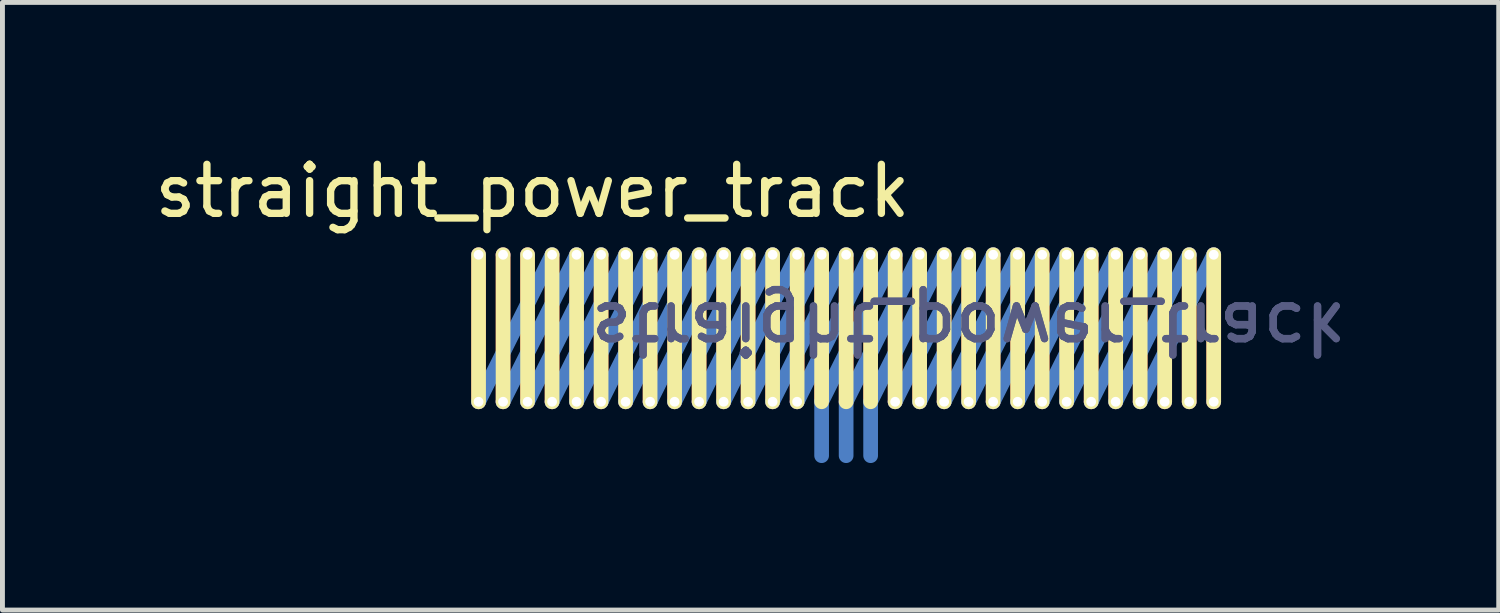
<source format=kicad_pcb>
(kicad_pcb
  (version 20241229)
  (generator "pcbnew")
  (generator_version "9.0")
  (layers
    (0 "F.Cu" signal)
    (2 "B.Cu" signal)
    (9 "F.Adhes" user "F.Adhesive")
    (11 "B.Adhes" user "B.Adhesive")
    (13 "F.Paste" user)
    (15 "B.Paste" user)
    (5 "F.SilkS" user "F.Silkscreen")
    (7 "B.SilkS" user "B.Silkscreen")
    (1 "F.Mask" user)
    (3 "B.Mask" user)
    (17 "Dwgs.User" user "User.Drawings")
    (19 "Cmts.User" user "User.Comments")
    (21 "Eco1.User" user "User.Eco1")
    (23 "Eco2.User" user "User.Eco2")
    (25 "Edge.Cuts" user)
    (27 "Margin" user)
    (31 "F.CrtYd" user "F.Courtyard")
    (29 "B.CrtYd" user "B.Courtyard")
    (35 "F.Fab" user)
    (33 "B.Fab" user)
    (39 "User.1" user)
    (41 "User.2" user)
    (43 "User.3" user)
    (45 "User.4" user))
  (footprint "straight_power_track"
    (layer "F.Cu")
    (at 14.215 3.648)
    (property "Reference" "straight_power_track" (at -6.4 -2.8 0) (unlocked yes) (layer "F.SilkS") (effects (font (size 1 1) (thickness 0.15))))
    (attr smd)
    (fp_line (start -7.5 1.5) (end -7.5 -1.5) (stroke (width 0.3) (type default)) (layer "F.Cu"))
    (fp_line (start -7 1.5) (end -7 -1.5) (stroke (width 0.3) (type default)) (layer "F.Cu"))
    (fp_line (start -6.5 1.5) (end -6.5 -1.5) (stroke (width 0.3) (type default)) (layer "F.Cu"))
    (fp_line (start -6 1.5) (end -6 -1.5) (stroke (width 0.3) (type default)) (layer "F.Cu"))
    (fp_line (start -5.5 1.5) (end -5.5 -1.5) (stroke (width 0.3) (type default)) (layer "F.Cu"))
    (fp_line (start -5 1.5) (end -5 -1.5) (stroke (width 0.3) (type default)) (layer "F.Cu"))
    (fp_line (start -4.5 1.5) (end -4.5 -1.5) (stroke (width 0.3) (type default)) (layer "F.Cu"))
    (fp_line (start -4 1.5) (end -4 -1.5) (stroke (width 0.3) (type default)) (layer "F.Cu"))
    (fp_line (start -3.5 1.5) (end -3.5 -1.5) (stroke (width 0.3) (type default)) (layer "F.Cu"))
    (fp_line (start -3 1.5) (end -3 -1.5) (stroke (width 0.3) (type default)) (layer "F.Cu"))
    (fp_line (start -2.5 1.5) (end -2.5 -1.5) (stroke (width 0.3) (type default)) (layer "F.Cu"))
    (fp_line (start -2 1.5) (end -2 -1.5) (stroke (width 0.3) (type default)) (layer "F.Cu"))
    (fp_line (start -1.5 1.5) (end -1.5 -1.5) (stroke (width 0.3) (type default)) (layer "F.Cu"))
    (fp_line (start -1 1.5) (end -1 -1.5) (stroke (width 0.3) (type default)) (layer "F.Cu"))
    (fp_line (start -0.5 1.52) (end -0.5 -1.5) (stroke (width 0.3) (type default)) (layer "F.Cu"))
    (fp_line (start 0 1.52) (end 0 -1.5) (stroke (width 0.3) (type default)) (layer "F.Cu"))
    (fp_line (start 0.5 1.52) (end 0.5 -1.5) (stroke (width 0.3) (type default)) (layer "F.Cu"))
    (fp_line (start 1 1.5) (end 1 -1.5) (stroke (width 0.3) (type default)) (layer "F.Cu"))
    (fp_line (start 1.5 1.5) (end 1.5 -1.5) (stroke (width 0.3) (type default)) (layer "F.Cu"))
    (fp_line (start 2 1.5) (end 2 -1.5) (stroke (width 0.3) (type default)) (layer "F.Cu"))
    (fp_line (start 2.5 1.5) (end 2.5 -1.5) (stroke (width 0.3) (type default)) (layer "F.Cu"))
    (fp_line (start 3 1.5) (end 3 -1.5) (stroke (width 0.3) (type default)) (layer "F.Cu"))
    (fp_line (start 3.5 1.5) (end 3.5 -1.5) (stroke (width 0.3) (type default)) (layer "F.Cu"))
    (fp_line (start 4 1.5) (end 4 -1.5) (stroke (width 0.3) (type default)) (layer "F.Cu"))
    (fp_line (start 4.5 1.5) (end 4.5 -1.5) (stroke (width 0.3) (type default)) (layer "F.Cu"))
    (fp_line (start 5 1.5) (end 5 -1.5) (stroke (width 0.3) (type default)) (layer "F.Cu"))
    (fp_line (start 5.5 1.5) (end 5.5 -1.5) (stroke (width 0.3) (type default)) (layer "F.Cu"))
    (fp_line (start 6 1.5) (end 6 -1.5) (stroke (width 0.3) (type default)) (layer "F.Cu"))
    (fp_line (start 6.5 1.5) (end 6.5 -1.5) (stroke (width 0.3) (type default)) (layer "F.Cu"))
    (fp_line (start 7 1.5) (end 7 -1.5) (stroke (width 0.3) (type default)) (layer "F.Cu"))
    (fp_line (start 7.5 1.5) (end 7.5 -1.5) (stroke (width 0.3) (type default)) (layer "F.Cu"))
    (fp_line (start -6 -1.5) (end -7.5 1.5) (stroke (width 0.3) (type default)) (layer "B.Cu"))
    (fp_line (start -5.5 -1.5) (end -7 1.5) (stroke (width 0.3) (type default)) (layer "B.Cu"))
    (fp_line (start -5 -1.5) (end -6.5 1.5) (stroke (width 0.3) (type default)) (layer "B.Cu"))
    (fp_line (start -4.5 -1.5) (end -6 1.5) (stroke (width 0.3) (type default)) (layer "B.Cu"))
    (fp_line (start -4 -1.5) (end -5.5 1.5) (stroke (width 0.3) (type default)) (layer "B.Cu"))
    (fp_line (start -3.5 -1.5) (end -5 1.5) (stroke (width 0.3) (type default)) (layer "B.Cu"))
    (fp_line (start -3 -1.5) (end -4.5 1.5) (stroke (width 0.3) (type default)) (layer "B.Cu"))
    (fp_line (start -2.5 -1.5) (end -4 1.5) (stroke (width 0.3) (type default)) (layer "B.Cu"))
    (fp_line (start -2 -1.5) (end -3.5 1.5) (stroke (width 0.3) (type default)) (layer "B.Cu"))
    (fp_line (start -1.5 -1.5) (end -3 1.5) (stroke (width 0.3) (type default)) (layer "B.Cu"))
    (fp_line (start -1 -1.5) (end -2.5 1.5) (stroke (width 0.3) (type default)) (layer "B.Cu"))
    (fp_line (start -0.5 -1.5) (end -2 1.5) (stroke (width 0.3) (type default)) (layer "B.Cu"))
    (fp_line (start -0.5 1.5) (end -0.5 2.6) (stroke (width 0.3) (type solid)) (layer "B.Cu"))
    (fp_line (start 0 -1.5) (end -1.5 1.5) (stroke (width 0.3) (type default)) (layer "B.Cu"))
    (fp_line (start 0 1.5) (end 0 2.6) (stroke (width 0.3) (type solid)) (layer "B.Cu"))
    (fp_line (start 0.5 -1.5) (end -1 1.5) (stroke (width 0.3) (type default)) (layer "B.Cu"))
    (fp_line (start 0.5 1.5) (end 0.5 2.6) (stroke (width 0.3) (type solid)) (layer "B.Cu"))
    (fp_line (start 1 -1.5) (end -0.5 1.5) (stroke (width 0.3) (type default)) (layer "B.Cu"))
    (fp_line (start 1.5 -1.5) (end 0 1.5) (stroke (width 0.3) (type default)) (layer "B.Cu"))
    (fp_line (start 2 -1.5) (end 0.5 1.5) (stroke (width 0.3) (type default)) (layer "B.Cu"))
    (fp_line (start 2.5 -1.5) (end 1 1.5) (stroke (width 0.3) (type default)) (layer "B.Cu"))
    (fp_line (start 3 -1.5) (end 1.5 1.5) (stroke (width 0.3) (type default)) (layer "B.Cu"))
    (fp_line (start 3.5 -1.5) (end 2 1.5) (stroke (width 0.3) (type default)) (layer "B.Cu"))
    (fp_line (start 4 -1.5) (end 2.5 1.5) (stroke (width 0.3) (type default)) (layer "B.Cu"))
    (fp_line (start 4.5 -1.5) (end 3 1.5) (stroke (width 0.3) (type default)) (layer "B.Cu"))
    (fp_line (start 5 -1.5) (end 3.5 1.5) (stroke (width 0.3) (type default)) (layer "B.Cu"))
    (fp_line (start 5.5 -1.5) (end 4 1.5) (stroke (width 0.3) (type default)) (layer "B.Cu"))
    (fp_line (start 6 -1.5) (end 4.5 1.5) (stroke (width 0.3) (type default)) (layer "B.Cu"))
    (fp_line (start 6.5 -1.5) (end 5 1.5) (stroke (width 0.3) (type default)) (layer "B.Cu"))
    (fp_line (start 7 -1.5) (end 5.5 1.5) (stroke (width 0.3) (type default)) (layer "B.Cu"))
    (fp_line (start 7.5 -1.5) (end 6 1.5) (stroke (width 0.3) (type default)) (layer "B.Cu"))
    (fp_line (start -7.5 1.5) (end -7.5 -1.5) (stroke (width 0.3) (type solid)) (layer "F.SilkS"))
    (fp_line (start -7 1.5) (end -7 -1.5) (stroke (width 0.3) (type solid)) (layer "F.SilkS"))
    (fp_line (start -6.5 1.5) (end -6.5 -1.5) (stroke (width 0.3) (type solid)) (layer "F.SilkS"))
    (fp_line (start -6 1.5) (end -6 -1.5) (stroke (width 0.3) (type solid)) (layer "F.SilkS"))
    (fp_line (start -5.5 1.5) (end -5.5 -1.5) (stroke (width 0.3) (type solid)) (layer "F.SilkS"))
    (fp_line (start -5 1.5) (end -5 -1.5) (stroke (width 0.3) (type solid)) (layer "F.SilkS"))
    (fp_line (start -4.5 1.5) (end -4.5 -1.5) (stroke (width 0.3) (type solid)) (layer "F.SilkS"))
    (fp_line (start -4 1.5) (end -4 -1.5) (stroke (width 0.3) (type solid)) (layer "F.SilkS"))
    (fp_line (start -3.5 1.5) (end -3.5 -1.5) (stroke (width 0.3) (type solid)) (layer "F.SilkS"))
    (fp_line (start -3 1.5) (end -3 -1.5) (stroke (width 0.3) (type solid)) (layer "F.SilkS"))
    (fp_line (start -2.5 1.5) (end -2.5 -1.5) (stroke (width 0.3) (type solid)) (layer "F.SilkS"))
    (fp_line (start -2 1.5) (end -2 -1.5) (stroke (width 0.3) (type solid)) (layer "F.SilkS"))
    (fp_line (start -1.5 1.5) (end -1.5 -1.5) (stroke (width 0.3) (type solid)) (layer "F.SilkS"))
    (fp_line (start -1 1.5) (end -1 -1.5) (stroke (width 0.3) (type solid)) (layer "F.SilkS"))
    (fp_line (start -0.5 1.5) (end -0.5 -1.5) (stroke (width 0.3) (type solid)) (layer "F.SilkS"))
    (fp_line (start 0 1.5) (end 0 -1.5) (stroke (width 0.3) (type solid)) (layer "F.SilkS"))
    (fp_line (start 0.5 1.5) (end 0.5 -1.5) (stroke (width 0.3) (type solid)) (layer "F.SilkS"))
    (fp_line (start 1 1.5) (end 1 -1.5) (stroke (width 0.3) (type solid)) (layer "F.SilkS"))
    (fp_line (start 1.5 1.5) (end 1.5 -1.5) (stroke (width 0.3) (type solid)) (layer "F.SilkS"))
    (fp_line (start 2 1.5) (end 2 -1.5) (stroke (width 0.3) (type solid)) (layer "F.SilkS"))
    (fp_line (start 2.5 1.5) (end 2.5 -1.5) (stroke (width 0.3) (type solid)) (layer "F.SilkS"))
    (fp_line (start 3 1.5) (end 3 -1.5) (stroke (width 0.3) (type solid)) (layer "F.SilkS"))
    (fp_line (start 3.5 1.5) (end 3.5 -1.5) (stroke (width 0.3) (type solid)) (layer "F.SilkS"))
    (fp_line (start 4 1.5) (end 4 -1.5) (stroke (width 0.3) (type solid)) (layer "F.SilkS"))
    (fp_line (start 4.5 1.5) (end 4.5 -1.5) (stroke (width 0.3) (type solid)) (layer "F.SilkS"))
    (fp_line (start 5 1.5) (end 5 -1.5) (stroke (width 0.3) (type solid)) (layer "F.SilkS"))
    (fp_line (start 5.5 1.5) (end 5.5 -1.5) (stroke (width 0.3) (type solid)) (layer "F.SilkS"))
    (fp_line (start 6 1.5) (end 6 -1.5) (stroke (width 0.3) (type solid)) (layer "F.SilkS"))
    (fp_line (start 6.5 1.5) (end 6.5 -1.5) (stroke (width 0.3) (type solid)) (layer "F.SilkS"))
    (fp_line (start 7 1.5) (end 7 -1.5) (stroke (width 0.3) (type solid)) (layer "F.SilkS"))
    (fp_line (start 7.5 1.5) (end 7.5 -1.5) (stroke (width 0.3) (type solid)) (layer "F.SilkS"))
    (fp_rect (start -7.7 -0.9) (end 7.7 0.9) (stroke (width 0.12) (type solid)) (fill no) (layer "User.1"))
    (fp_rect (start 7.75 -2) (end -7.75 2) (stroke (width 0.05) (type solid)) (fill no) (layer "User.3"))
    (fp_text user "${REFERENCE}" (at 2.5 0 180) (unlocked yes) (layer "B.Fab") (effects (font (size 1 1) (thickness 0.15)) (justify mirror)))
    (fp_text user "${REFERENCE}" (at 2.5 0 180) (unlocked yes) (layer "B.Fab") (effects (font (size 1 1) (thickness 0.15)) (justify mirror)))
    (pad "1" thru_hole circle (at -7.5 -1.5) (size 0.3 0.3) (drill 0.2) (layers "*.Cu" "*.Mask"))
    (pad "1" thru_hole circle (at -7.5 1.5) (size 0.3 0.3) (drill 0.2) (layers "*.Cu" "*.Mask"))
    (pad "1" thru_hole circle (at -6 -1.5) (size 0.3 0.3) (drill 0.2) (layers "*.Cu" "*.Mask"))
    (pad "1" thru_hole circle (at -6 1.5) (size 0.3 0.3) (drill 0.2) (layers "*.Cu" "*.Mask"))
    (pad "1" thru_hole circle (at -4.5 -1.5) (size 0.3 0.3) (drill 0.2) (layers "*.Cu" "*.Mask"))
    (pad "1" thru_hole circle (at -4.5 1.5) (size 0.3 0.3) (drill 0.2) (layers "*.Cu" "*.Mask"))
    (pad "1" thru_hole circle (at -3 -1.5) (size 0.3 0.3) (drill 0.2) (layers "*.Cu" "*.Mask"))
    (pad "1" thru_hole circle (at -3 1.5) (size 0.3 0.3) (drill 0.2) (layers "*.Cu" "*.Mask"))
    (pad "1" thru_hole circle (at -1.5 -1.5) (size 0.3 0.3) (drill 0.2) (layers "*.Cu" "*.Mask"))
    (pad "1" thru_hole circle (at -1.5 1.5) (size 0.3 0.3) (drill 0.2) (layers "*.Cu" "*.Mask"))
    (pad "1" thru_hole circle (at 0 -1.5) (size 0.3 0.3) (drill 0.2) (layers "*.Cu" "*.Mask"))
    (pad "1" thru_hole circle (at 1.5 1.5) (size 0.3 0.3) (drill 0.2) (layers "*.Cu" "*.Mask"))
    (pad "1" thru_hole circle (at 3 -1.5) (size 0.3 0.3) (drill 0.2) (layers "*.Cu" "*.Mask"))
    (pad "1" thru_hole circle (at 3 1.5) (size 0.3 0.3) (drill 0.2) (layers "*.Cu" "*.Mask"))
    (pad "1" thru_hole circle (at 4.5 -1.5) (size 0.3 0.3) (drill 0.2) (layers "*.Cu" "*.Mask"))
    (pad "1" thru_hole circle (at 4.5 1.5) (size 0.3 0.3) (drill 0.2) (layers "*.Cu" "*.Mask"))
    (pad "1" thru_hole circle (at 6 -1.5) (size 0.3 0.3) (drill 0.2) (layers "*.Cu" "*.Mask"))
    (pad "1" thru_hole circle (at 6 1.5) (size 0.3 0.3) (drill 0.2) (layers "*.Cu" "*.Mask"))
    (pad "1" thru_hole circle (at 7.5 -1.5) (size 0.3 0.3) (drill 0.2) (layers "*.Cu" "*.Mask"))
    (pad "1" thru_hole circle (at 7.5 1.5) (size 0.3 0.3) (drill 0.2) (layers "*.Cu" "*.Mask"))
    (pad "2" thru_hole circle (at -7 -1.5) (size 0.3 0.3) (drill 0.2) (layers "*.Cu" "*.Mask"))
    (pad "2" thru_hole circle (at -7 1.5) (size 0.3 0.3) (drill 0.2) (layers "*.Cu" "*.Mask"))
    (pad "2" thru_hole circle (at -5.5 -1.5) (size 0.3 0.3) (drill 0.2) (layers "*.Cu" "*.Mask"))
    (pad "2" thru_hole circle (at -5.5 1.5) (size 0.3 0.3) (drill 0.2) (layers "*.Cu" "*.Mask"))
    (pad "2" thru_hole circle (at -4 -1.5) (size 0.3 0.3) (drill 0.2) (layers "*.Cu" "*.Mask"))
    (pad "2" thru_hole circle (at -4 1.5) (size 0.3 0.3) (drill 0.2) (layers "*.Cu" "*.Mask"))
    (pad "2" thru_hole circle (at -2.5 -1.5) (size 0.3 0.3) (drill 0.2) (layers "*.Cu" "*.Mask"))
    (pad "2" thru_hole circle (at -2.5 1.5) (size 0.3 0.3) (drill 0.2) (layers "*.Cu" "*.Mask"))
    (pad "2" thru_hole circle (at -1 -1.5) (size 0.3 0.3) (drill 0.2) (layers "*.Cu" "*.Mask"))
    (pad "2" thru_hole circle (at -1 1.5) (size 0.3 0.3) (drill 0.2) (layers "*.Cu" "*.Mask"))
    (pad "2" thru_hole circle (at 0.5 -1.5) (size 0.3 0.3) (drill 0.2) (layers "*.Cu" "*.Mask"))
    (pad "2" thru_hole circle (at 2 1.5) (size 0.3 0.3) (drill 0.2) (layers "*.Cu" "*.Mask"))
    (pad "2" thru_hole circle (at 3.5 -1.5) (size 0.3 0.3) (drill 0.2) (layers "*.Cu" "*.Mask"))
    (pad "2" thru_hole circle (at 3.5 1.5) (size 0.3 0.3) (drill 0.2) (layers "*.Cu" "*.Mask"))
    (pad "2" thru_hole circle (at 5 -1.5) (size 0.3 0.3) (drill 0.2) (layers "*.Cu" "*.Mask"))
    (pad "2" thru_hole circle (at 5 1.5) (size 0.3 0.3) (drill 0.2) (layers "*.Cu" "*.Mask"))
    (pad "2" thru_hole circle (at 6.5 -1.5) (size 0.3 0.3) (drill 0.2) (layers "*.Cu" "*.Mask"))
    (pad "2" thru_hole circle (at 6.5 1.5) (size 0.3 0.3) (drill 0.2) (layers "*.Cu" "*.Mask"))
    (pad "3" thru_hole circle (at -6.5 -1.5) (size 0.3 0.3) (drill 0.2) (layers "*.Cu" "*.Mask"))
    (pad "3" thru_hole circle (at -6.5 1.5) (size 0.3 0.3) (drill 0.2) (layers "*.Cu" "*.Mask"))
    (pad "3" thru_hole circle (at -5 -1.5) (size 0.3 0.3) (drill 0.2) (layers "*.Cu" "*.Mask"))
    (pad "3" thru_hole circle (at -5 1.5) (size 0.3 0.3) (drill 0.2) (layers "*.Cu" "*.Mask"))
    (pad "3" thru_hole circle (at -3.5 -1.5) (size 0.3 0.3) (drill 0.2) (layers "*.Cu" "*.Mask"))
    (pad "3" thru_hole circle (at -3.5 1.5) (size 0.3 0.3) (drill 0.2) (layers "*.Cu" "*.Mask"))
    (pad "3" thru_hole circle (at -2 -1.5) (size 0.3 0.3) (drill 0.2) (layers "*.Cu" "*.Mask"))
    (pad "3" thru_hole circle (at -2 1.5) (size 0.3 0.3) (drill 0.2) (layers "*.Cu" "*.Mask"))
    (pad "3" thru_hole circle (at -0.5 -1.5) (size 0.3 0.3) (drill 0.2) (layers "*.Cu" "*.Mask"))
    (pad "3" thru_hole circle (at 1 1.5) (size 0.3 0.3) (drill 0.2) (layers "*.Cu" "*.Mask"))
    (pad "3" thru_hole circle (at 2.5 -1.5) (size 0.3 0.3) (drill 0.2) (layers "*.Cu" "*.Mask"))
    (pad "3" thru_hole circle (at 2.5 1.5) (size 0.3 0.3) (drill 0.2) (layers "*.Cu" "*.Mask"))
    (pad "3" thru_hole circle (at 4 -1.5) (size 0.3 0.3) (drill 0.2) (layers "*.Cu" "*.Mask"))
    (pad "3" thru_hole circle (at 4 1.5) (size 0.3 0.3) (drill 0.2) (layers "*.Cu" "*.Mask"))
    (pad "3" thru_hole circle (at 5.5 -1.5) (size 0.3 0.3) (drill 0.2) (layers "*.Cu" "*.Mask"))
    (pad "3" thru_hole circle (at 5.5 1.5) (size 0.3 0.3) (drill 0.2) (layers "*.Cu" "*.Mask"))
    (pad "3" thru_hole circle (at 7 -1.5) (size 0.3 0.3) (drill 0.2) (layers "*.Cu" "*.Mask"))
    (pad "3" thru_hole circle (at 7 1.5) (size 0.3 0.3) (drill 0.2) (layers "*.Cu" "*.Mask"))
    (pad "P" thru_hole circle (at 1 -1.5) (size 0.3 0.3) (drill 0.2) (layers "*.Cu" "*.Mask"))
    (pad "P" thru_hole circle (at 1.5 -1.5) (size 0.3 0.3) (drill 0.2) (layers "*.Cu" "*.Mask"))
    (pad "P" thru_hole circle (at 2 -1.5) (size 0.3 0.3) (drill 0.2) (layers "*.Cu" "*.Mask")))
  (gr_rect
    (start -3 -3)
    (end 27.531 9.398)
    (stroke (width 0.1) (type default))
    (fill no)
    (layer "Edge.Cuts")))
</source>
